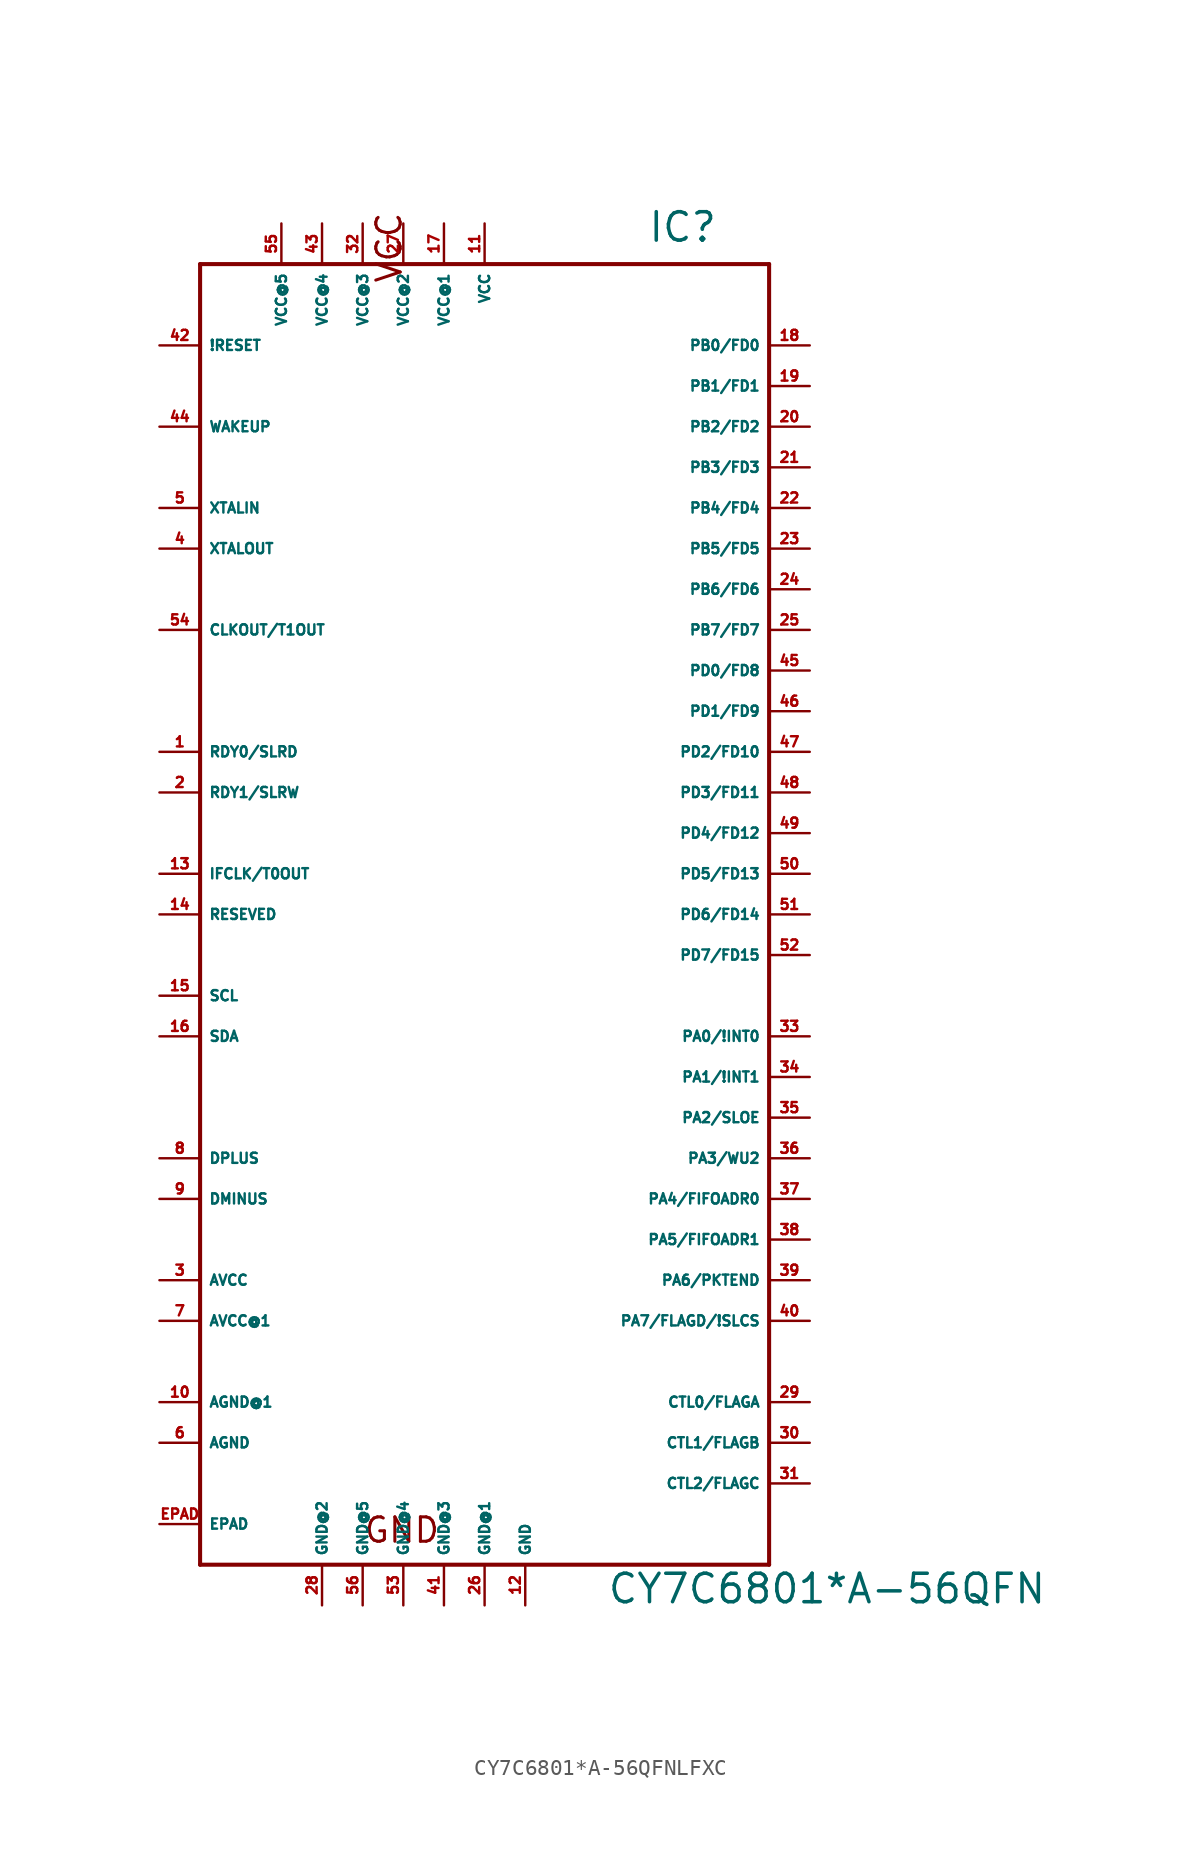
<source format=kicad_sym>
(kicad_symbol_lib
  (version 20220914)
  (generator Eagle2Kicad)
  (symbol "CY7C6801*A-56QFNLFXC"
    (property "Reference" "IC"
      (at 10.16 39.37 0)
      (effects (font (size 1.778 1.778) (thickness 0.22)) (justify left bottom)))
    (property "Value" "CY7C6801*A-56QFN"
      (at 7.62 -45.72 0)
      (effects (font (size 1.778 1.778) (thickness 0.22)) (justify left bottom)))
    (polyline
      (pts (xy -17.78 38.1) (xy 17.78 38.1))
      (stroke (width 0.254) (type default))
      (fill (type none)))
    (polyline
      (pts (xy 17.78 38.1) (xy 17.78 -43.18))
      (stroke (width 0.254) (type default))
      (fill (type none)))
    (polyline
      (pts (xy 17.78 -43.18) (xy -17.78 -43.18))
      (stroke (width 0.254) (type default))
      (fill (type none)))
    (polyline
      (pts (xy -17.78 -43.18) (xy -17.78 38.1))
      (stroke (width 0.254) (type default))
      (fill (type none)))
    (text "GND"
      (at -7.62 -41.91 0)
      (effects (font (size 1.524 1.524) (thickness 0.19)) (justify left bottom)))
    (text "VCC"
      (at -5.08 36.83 1800)
      (effects (font (size 1.524 1.524) (thickness 0.19)) (justify left bottom)))
    (pin input line
      (at -20.32 15.24 0)
      (length 2.54)
      (name "CLKOUT/T1OUT" (effects (font (size 0.635 0.635) (thickness 0.08)) (justify left bottom)))
      (number "54" (effects (font (size 0.635 0.635) (thickness 0.08)) (justify left bottom))))
    (pin input line
      (at 0 40.64 270)
      (length 2.54)
      (name "VCC" (effects (font (size 0.635 0.635) (thickness 0.08)) (justify left bottom)))
      (number "11" (effects (font (size 0.635 0.635) (thickness 0.08)) (justify left bottom))))
    (pin input line
      (at 2.54 -45.72 90)
      (length 2.54)
      (name "GND" (effects (font (size 0.635 0.635) (thickness 0.08)) (justify left bottom)))
      (number "12" (effects (font (size 0.635 0.635) (thickness 0.08)) (justify left bottom))))
    (pin input line
      (at -20.32 7.62 0)
      (length 2.54)
      (name "RDY0/SLRD" (effects (font (size 0.635 0.635) (thickness 0.08)) (justify left bottom)))
      (number "1" (effects (font (size 0.635 0.635) (thickness 0.08)) (justify left bottom))))
    (pin input line
      (at -20.32 5.08 0)
      (length 2.54)
      (name "RDY1/SLRW" (effects (font (size 0.635 0.635) (thickness 0.08)) (justify left bottom)))
      (number "2" (effects (font (size 0.635 0.635) (thickness 0.08)) (justify left bottom))))
    (pin input line
      (at -20.32 -25.4 0)
      (length 2.54)
      (name "AVCC" (effects (font (size 0.635 0.635) (thickness 0.08)) (justify left bottom)))
      (number "3" (effects (font (size 0.635 0.635) (thickness 0.08)) (justify left bottom))))
    (pin input line
      (at -20.32 20.32 0)
      (length 2.54)
      (name "XTALOUT" (effects (font (size 0.635 0.635) (thickness 0.08)) (justify left bottom)))
      (number "4" (effects (font (size 0.635 0.635) (thickness 0.08)) (justify left bottom))))
    (pin input line
      (at -20.32 22.86 0)
      (length 2.54)
      (name "XTALIN" (effects (font (size 0.635 0.635) (thickness 0.08)) (justify left bottom)))
      (number "5" (effects (font (size 0.635 0.635) (thickness 0.08)) (justify left bottom))))
    (pin input line
      (at -20.32 -35.56 0)
      (length 2.54)
      (name "AGND" (effects (font (size 0.635 0.635) (thickness 0.08)) (justify left bottom)))
      (number "6" (effects (font (size 0.635 0.635) (thickness 0.08)) (justify left bottom))))
    (pin input line
      (at -20.32 -27.94 0)
      (length 2.54)
      (name "AVCC@1" (effects (font (size 0.635 0.635) (thickness 0.08)) (justify left bottom)))
      (number "7" (effects (font (size 0.635 0.635) (thickness 0.08)) (justify left bottom))))
    (pin bidirectional line
      (at -20.32 -17.78 0)
      (length 2.54)
      (name "DPLUS" (effects (font (size 0.635 0.635) (thickness 0.08)) (justify left bottom)))
      (number "8" (effects (font (size 0.635 0.635) (thickness 0.08)) (justify left bottom))))
    (pin bidirectional line
      (at -20.32 -20.32 0)
      (length 2.54)
      (name "DMINUS" (effects (font (size 0.635 0.635) (thickness 0.08)) (justify left bottom)))
      (number "9" (effects (font (size 0.635 0.635) (thickness 0.08)) (justify left bottom))))
    (pin input line
      (at -20.32 -33.02 0)
      (length 2.54)
      (name "AGND@1" (effects (font (size 0.635 0.635) (thickness 0.08)) (justify left bottom)))
      (number "10" (effects (font (size 0.635 0.635) (thickness 0.08)) (justify left bottom))))
    (pin input line
      (at -2.54 40.64 270)
      (length 2.54)
      (name "VCC@1" (effects (font (size 0.635 0.635) (thickness 0.08)) (justify left bottom)))
      (number "17" (effects (font (size 0.635 0.635) (thickness 0.08)) (justify left bottom))))
    (pin input line
      (at 0 -45.72 90)
      (length 2.54)
      (name "GND@1" (effects (font (size 0.635 0.635) (thickness 0.08)) (justify left bottom)))
      (number "26" (effects (font (size 0.635 0.635) (thickness 0.08)) (justify left bottom))))
    (pin bidirectional line
      (at -20.32 0 0)
      (length 2.54)
      (name "IFCLK/T0OUT" (effects (font (size 0.635 0.635) (thickness 0.08)) (justify left bottom)))
      (number "13" (effects (font (size 0.635 0.635) (thickness 0.08)) (justify left bottom))))
    (pin input line
      (at -20.32 -2.54 0)
      (length 2.54)
      (name "RESEVED" (effects (font (size 0.635 0.635) (thickness 0.08)) (justify left bottom)))
      (number "14" (effects (font (size 0.635 0.635) (thickness 0.08)) (justify left bottom))))
    (pin output line
      (at -20.32 -7.62 0)
      (length 2.54)
      (name "SCL" (effects (font (size 0.635 0.635) (thickness 0.08)) (justify left bottom)))
      (number "15" (effects (font (size 0.635 0.635) (thickness 0.08)) (justify left bottom))))
    (pin bidirectional line
      (at -20.32 -10.16 0)
      (length 2.54)
      (name "SDA" (effects (font (size 0.635 0.635) (thickness 0.08)) (justify left bottom)))
      (number "16" (effects (font (size 0.635 0.635) (thickness 0.08)) (justify left bottom))))
    (pin input line
      (at -5.08 40.64 270)
      (length 2.54)
      (name "VCC@2" (effects (font (size 0.635 0.635) (thickness 0.08)) (justify left bottom)))
      (number "27" (effects (font (size 0.635 0.635) (thickness 0.08)) (justify left bottom))))
    (pin bidirectional line
      (at 20.32 33.02 180)
      (length 2.54)
      (name "PB0/FD0" (effects (font (size 0.635 0.635) (thickness 0.08)) (justify left bottom)))
      (number "18" (effects (font (size 0.635 0.635) (thickness 0.08)) (justify left bottom))))
    (pin bidirectional line
      (at 20.32 30.48 180)
      (length 2.54)
      (name "PB1/FD1" (effects (font (size 0.635 0.635) (thickness 0.08)) (justify left bottom)))
      (number "19" (effects (font (size 0.635 0.635) (thickness 0.08)) (justify left bottom))))
    (pin bidirectional line
      (at 20.32 27.94 180)
      (length 2.54)
      (name "PB2/FD2" (effects (font (size 0.635 0.635) (thickness 0.08)) (justify left bottom)))
      (number "20" (effects (font (size 0.635 0.635) (thickness 0.08)) (justify left bottom))))
    (pin bidirectional line
      (at 20.32 25.4 180)
      (length 2.54)
      (name "PB3/FD3" (effects (font (size 0.635 0.635) (thickness 0.08)) (justify left bottom)))
      (number "21" (effects (font (size 0.635 0.635) (thickness 0.08)) (justify left bottom))))
    (pin input line
      (at -7.62 40.64 270)
      (length 2.54)
      (name "VCC@3" (effects (font (size 0.635 0.635) (thickness 0.08)) (justify left bottom)))
      (number "32" (effects (font (size 0.635 0.635) (thickness 0.08)) (justify left bottom))))
    (pin input line
      (at -2.54 -45.72 90)
      (length 2.54)
      (name "GND@3" (effects (font (size 0.635 0.635) (thickness 0.08)) (justify left bottom)))
      (number "41" (effects (font (size 0.635 0.635) (thickness 0.08)) (justify left bottom))))
    (pin bidirectional line
      (at 20.32 22.86 180)
      (length 2.54)
      (name "PB4/FD4" (effects (font (size 0.635 0.635) (thickness 0.08)) (justify left bottom)))
      (number "22" (effects (font (size 0.635 0.635) (thickness 0.08)) (justify left bottom))))
    (pin bidirectional line
      (at 20.32 20.32 180)
      (length 2.54)
      (name "PB5/FD5" (effects (font (size 0.635 0.635) (thickness 0.08)) (justify left bottom)))
      (number "23" (effects (font (size 0.635 0.635) (thickness 0.08)) (justify left bottom))))
    (pin bidirectional line
      (at 20.32 17.78 180)
      (length 2.54)
      (name "PB6/FD6" (effects (font (size 0.635 0.635) (thickness 0.08)) (justify left bottom)))
      (number "24" (effects (font (size 0.635 0.635) (thickness 0.08)) (justify left bottom))))
    (pin bidirectional line
      (at 20.32 15.24 180)
      (length 2.54)
      (name "PB7/FD7" (effects (font (size 0.635 0.635) (thickness 0.08)) (justify left bottom)))
      (number "25" (effects (font (size 0.635 0.635) (thickness 0.08)) (justify left bottom))))
    (pin input line
      (at -5.08 -45.72 90)
      (length 2.54)
      (name "GND@4" (effects (font (size 0.635 0.635) (thickness 0.08)) (justify left bottom)))
      (number "53" (effects (font (size 0.635 0.635) (thickness 0.08)) (justify left bottom))))
    (pin input line
      (at -10.16 40.64 270)
      (length 2.54)
      (name "VCC@4" (effects (font (size 0.635 0.635) (thickness 0.08)) (justify left bottom)))
      (number "43" (effects (font (size 0.635 0.635) (thickness 0.08)) (justify left bottom))))
    (pin input line
      (at -7.62 -45.72 90)
      (length 2.54)
      (name "GND@5" (effects (font (size 0.635 0.635) (thickness 0.08)) (justify left bottom)))
      (number "56" (effects (font (size 0.635 0.635) (thickness 0.08)) (justify left bottom))))
    (pin input line
      (at -12.7 40.64 270)
      (length 2.54)
      (name "VCC@5" (effects (font (size 0.635 0.635) (thickness 0.08)) (justify left bottom)))
      (number "55" (effects (font (size 0.635 0.635) (thickness 0.08)) (justify left bottom))))
    (pin output line
      (at 20.32 -33.02 180)
      (length 2.54)
      (name "CTL0/FLAGA" (effects (font (size 0.635 0.635) (thickness 0.08)) (justify left bottom)))
      (number "29" (effects (font (size 0.635 0.635) (thickness 0.08)) (justify left bottom))))
    (pin output line
      (at 20.32 -35.56 180)
      (length 2.54)
      (name "CTL1/FLAGB" (effects (font (size 0.635 0.635) (thickness 0.08)) (justify left bottom)))
      (number "30" (effects (font (size 0.635 0.635) (thickness 0.08)) (justify left bottom))))
    (pin output line
      (at 20.32 -38.1 180)
      (length 2.54)
      (name "CTL2/FLAGC" (effects (font (size 0.635 0.635) (thickness 0.08)) (justify left bottom)))
      (number "31" (effects (font (size 0.635 0.635) (thickness 0.08)) (justify left bottom))))
    (pin bidirectional line
      (at 20.32 -10.16 180)
      (length 2.54)
      (name "PA0/!INT0" (effects (font (size 0.635 0.635) (thickness 0.08)) (justify left bottom)))
      (number "33" (effects (font (size 0.635 0.635) (thickness 0.08)) (justify left bottom))))
    (pin bidirectional line
      (at 20.32 -12.7 180)
      (length 2.54)
      (name "PA1/!INT1" (effects (font (size 0.635 0.635) (thickness 0.08)) (justify left bottom)))
      (number "34" (effects (font (size 0.635 0.635) (thickness 0.08)) (justify left bottom))))
    (pin bidirectional line
      (at 20.32 -15.24 180)
      (length 2.54)
      (name "PA2/SLOE" (effects (font (size 0.635 0.635) (thickness 0.08)) (justify left bottom)))
      (number "35" (effects (font (size 0.635 0.635) (thickness 0.08)) (justify left bottom))))
    (pin bidirectional line
      (at 20.32 -17.78 180)
      (length 2.54)
      (name "PA3/WU2" (effects (font (size 0.635 0.635) (thickness 0.08)) (justify left bottom)))
      (number "36" (effects (font (size 0.635 0.635) (thickness 0.08)) (justify left bottom))))
    (pin bidirectional line
      (at 20.32 -20.32 180)
      (length 2.54)
      (name "PA4/FIFOADR0" (effects (font (size 0.635 0.635) (thickness 0.08)) (justify left bottom)))
      (number "37" (effects (font (size 0.635 0.635) (thickness 0.08)) (justify left bottom))))
    (pin bidirectional line
      (at 20.32 -22.86 180)
      (length 2.54)
      (name "PA5/FIFOADR1" (effects (font (size 0.635 0.635) (thickness 0.08)) (justify left bottom)))
      (number "38" (effects (font (size 0.635 0.635) (thickness 0.08)) (justify left bottom))))
    (pin bidirectional line
      (at 20.32 -25.4 180)
      (length 2.54)
      (name "PA6/PKTEND" (effects (font (size 0.635 0.635) (thickness 0.08)) (justify left bottom)))
      (number "39" (effects (font (size 0.635 0.635) (thickness 0.08)) (justify left bottom))))
    (pin bidirectional line
      (at 20.32 -27.94 180)
      (length 2.54)
      (name "PA7/FLAGD/!SLCS" (effects (font (size 0.635 0.635) (thickness 0.08)) (justify left bottom)))
      (number "40" (effects (font (size 0.635 0.635) (thickness 0.08)) (justify left bottom))))
    (pin bidirectional line
      (at 20.32 12.7 180)
      (length 2.54)
      (name "PD0/FD8" (effects (font (size 0.635 0.635) (thickness 0.08)) (justify left bottom)))
      (number "45" (effects (font (size 0.635 0.635) (thickness 0.08)) (justify left bottom))))
    (pin bidirectional line
      (at 20.32 10.16 180)
      (length 2.54)
      (name "PD1/FD9" (effects (font (size 0.635 0.635) (thickness 0.08)) (justify left bottom)))
      (number "46" (effects (font (size 0.635 0.635) (thickness 0.08)) (justify left bottom))))
    (pin bidirectional line
      (at 20.32 7.62 180)
      (length 2.54)
      (name "PD2/FD10" (effects (font (size 0.635 0.635) (thickness 0.08)) (justify left bottom)))
      (number "47" (effects (font (size 0.635 0.635) (thickness 0.08)) (justify left bottom))))
    (pin bidirectional line
      (at 20.32 5.08 180)
      (length 2.54)
      (name "PD3/FD11" (effects (font (size 0.635 0.635) (thickness 0.08)) (justify left bottom)))
      (number "48" (effects (font (size 0.635 0.635) (thickness 0.08)) (justify left bottom))))
    (pin bidirectional line
      (at 20.32 2.54 180)
      (length 2.54)
      (name "PD4/FD12" (effects (font (size 0.635 0.635) (thickness 0.08)) (justify left bottom)))
      (number "49" (effects (font (size 0.635 0.635) (thickness 0.08)) (justify left bottom))))
    (pin bidirectional line
      (at 20.32 0 180)
      (length 2.54)
      (name "PD5/FD13" (effects (font (size 0.635 0.635) (thickness 0.08)) (justify left bottom)))
      (number "50" (effects (font (size 0.635 0.635) (thickness 0.08)) (justify left bottom))))
    (pin bidirectional line
      (at 20.32 -2.54 180)
      (length 2.54)
      (name "PD6/FD14" (effects (font (size 0.635 0.635) (thickness 0.08)) (justify left bottom)))
      (number "51" (effects (font (size 0.635 0.635) (thickness 0.08)) (justify left bottom))))
    (pin bidirectional line
      (at 20.32 -5.08 180)
      (length 2.54)
      (name "PD7/FD15" (effects (font (size 0.635 0.635) (thickness 0.08)) (justify left bottom)))
      (number "52" (effects (font (size 0.635 0.635) (thickness 0.08)) (justify left bottom))))
    (pin input line
      (at -20.32 27.94 0)
      (length 2.54)
      (name "WAKEUP" (effects (font (size 0.635 0.635) (thickness 0.08)) (justify left bottom)))
      (number "44" (effects (font (size 0.635 0.635) (thickness 0.08)) (justify left bottom))))
    (pin input line
      (at -10.16 -45.72 90)
      (length 2.54)
      (name "GND@2" (effects (font (size 0.635 0.635) (thickness 0.08)) (justify left bottom)))
      (number "28" (effects (font (size 0.635 0.635) (thickness 0.08)) (justify left bottom))))
    (pin input line
      (at -20.32 33.02 0)
      (length 2.54)
      (name "!RESET" (effects (font (size 0.635 0.635) (thickness 0.08)) (justify left bottom)))
      (number "42" (effects (font (size 0.635 0.635) (thickness 0.08)) (justify left bottom))))
    (pin passive line
      (at -20.32 -40.64 0)
      (length 2.54)
      (name "EPAD" (effects (font (size 0.635 0.635) (thickness 0.08)) (justify left bottom)))
      (number "EPAD" (effects (font (size 0.635 0.635) (thickness 0.08)) (justify left bottom))))))
</source>
